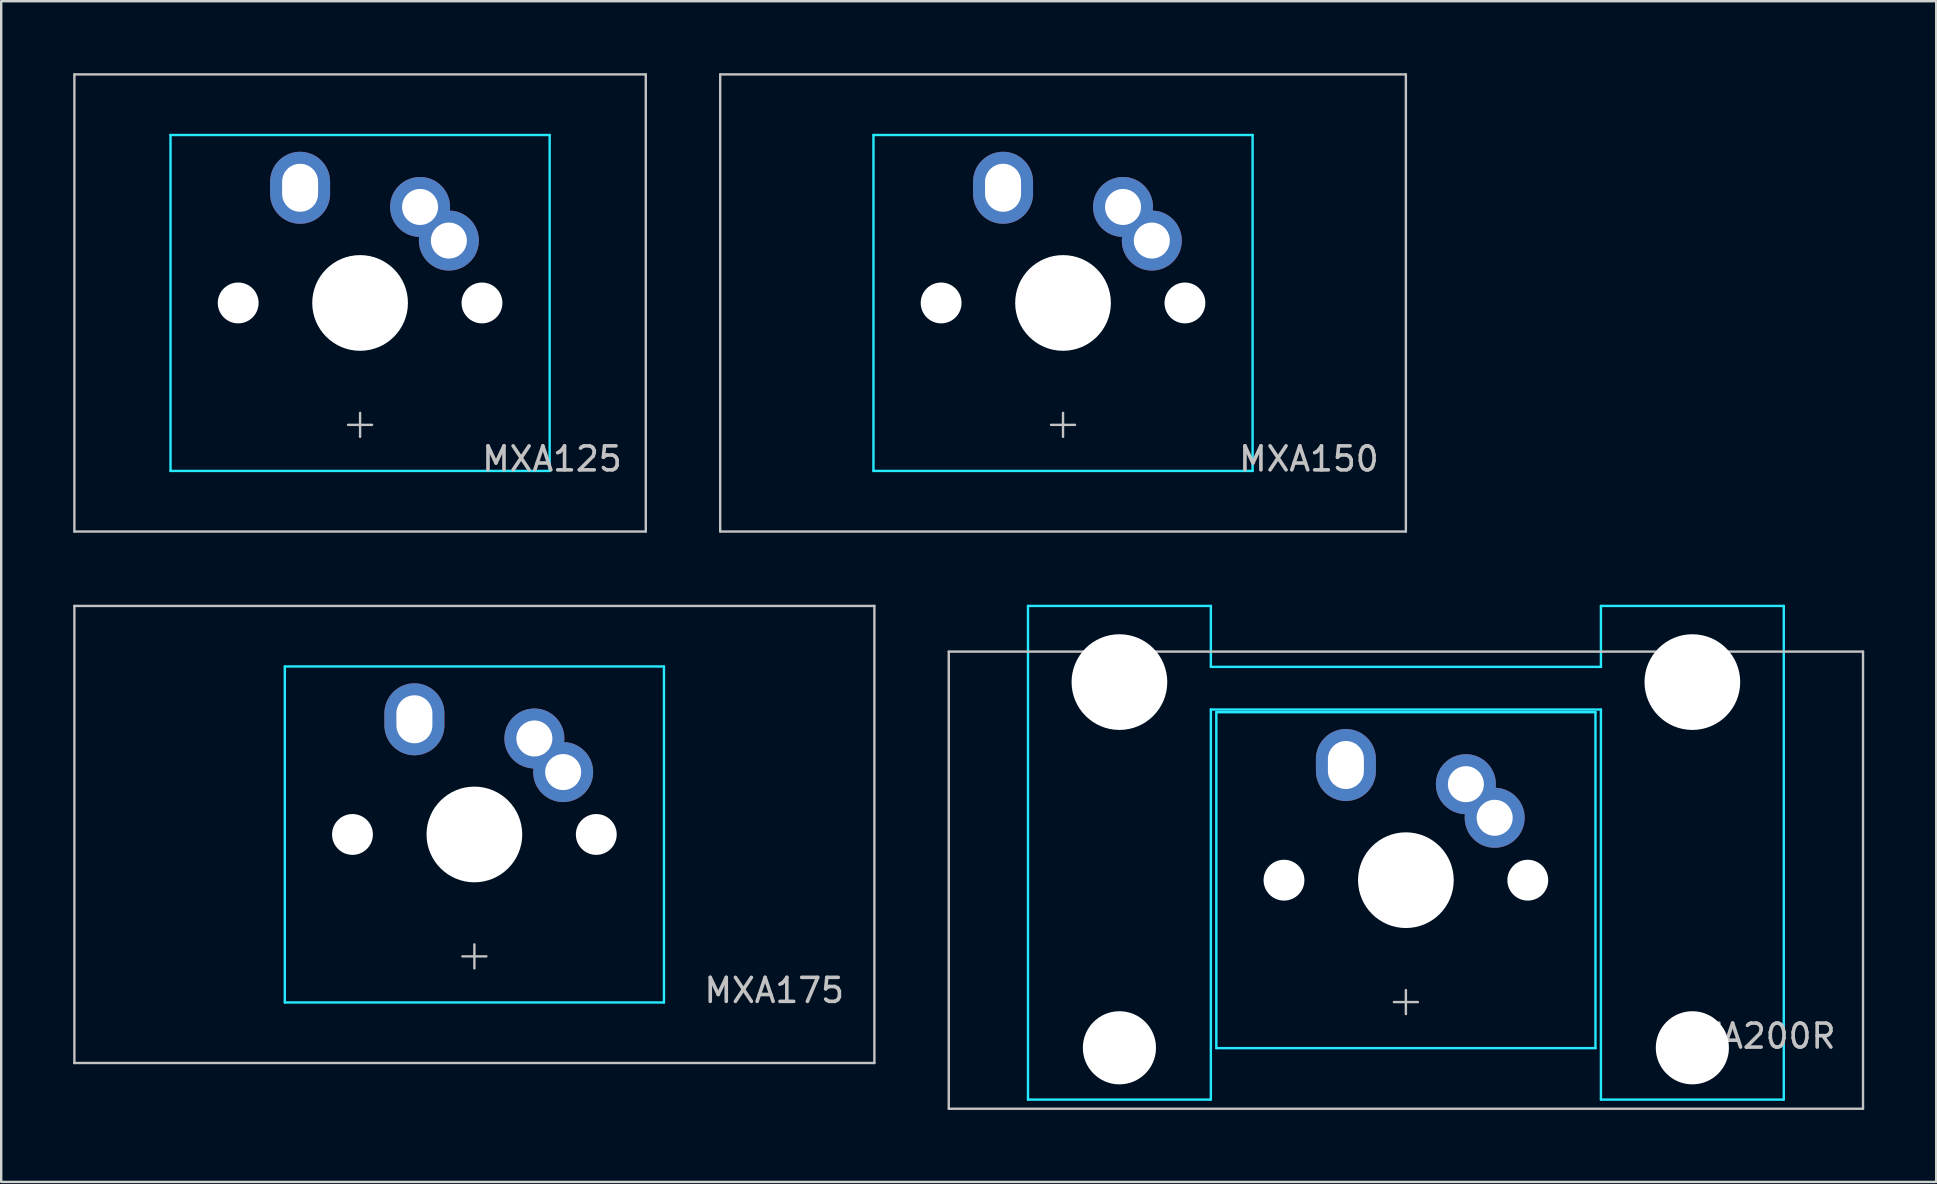
<source format=kicad_pcb>
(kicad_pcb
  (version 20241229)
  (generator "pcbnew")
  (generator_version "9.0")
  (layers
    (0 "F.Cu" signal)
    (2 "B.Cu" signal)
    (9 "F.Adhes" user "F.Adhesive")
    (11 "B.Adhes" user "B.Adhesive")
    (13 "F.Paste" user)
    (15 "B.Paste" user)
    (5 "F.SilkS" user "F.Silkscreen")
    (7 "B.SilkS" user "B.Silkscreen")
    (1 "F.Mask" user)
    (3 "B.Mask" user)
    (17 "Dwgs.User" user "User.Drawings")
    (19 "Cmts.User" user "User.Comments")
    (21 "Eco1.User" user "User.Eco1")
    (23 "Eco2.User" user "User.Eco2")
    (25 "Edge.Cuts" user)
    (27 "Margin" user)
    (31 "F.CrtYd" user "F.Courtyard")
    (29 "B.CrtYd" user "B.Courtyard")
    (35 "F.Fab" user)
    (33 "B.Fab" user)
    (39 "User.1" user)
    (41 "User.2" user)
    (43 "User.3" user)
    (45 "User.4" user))
  (footprint "MXA150"
    (layer "F.Cu")
    (at 41.25 9.575)
    (property "Reference" "MXA150" (at 13.25 6.5 0) (layer "Dwgs.User") (effects (font (size 1 1) (thickness 0.15)) (justify right)))
    (attr through_hole)
    (fp_line (start -14.287 9.525) (end -14.287 -9.525) (stroke (width 0.1) (type solid)) (layer "Dwgs.User"))
    (fp_line (start -0.5 5.08) (end 0.5 5.08) (stroke (width 0.1) (type solid)) (layer "Dwgs.User"))
    (fp_line (start 0 4.58) (end 0 5.58) (stroke (width 0.1) (type solid)) (layer "Dwgs.User"))
    (fp_line (start 14.287 -9.525) (end -14.287 -9.525) (stroke (width 0.1) (type solid)) (layer "Dwgs.User"))
    (fp_line (start 14.287 -9.525) (end 14.287 9.525) (stroke (width 0.1) (type solid)) (layer "Dwgs.User"))
    (fp_line (start 14.287 9.525) (end -14.287 9.525) (stroke (width 0.1) (type solid)) (layer "Dwgs.User"))
    (fp_line (start -7.9 -7) (end 7.9 -7) (stroke (width 0.1) (type solid)) (layer "B.CrtYd"))
    (fp_line (start -7.9 7) (end -7.9 -7) (stroke (width 0.1) (type solid)) (layer "B.CrtYd"))
    (fp_line (start -7.9 7) (end 7.9 7) (stroke (width 0.1) (type solid)) (layer "B.CrtYd"))
    (fp_line (start 7.9 7) (end 7.9 -7) (stroke (width 0.1) (type solid)) (layer "B.CrtYd"))
    (pad "" np_thru_hole circle (at -5.08 0) (size 1.702 1.702) (drill 1.702) (layers "*.Cu" "*.Mask"))
    (pad "" smd oval (at -2.5 -4.8) (size 1.4 1.9) (layers "B.Mask"))
    (pad "" np_thru_hole circle (at 0 0) (size 3.988 3.988) (drill 3.988) (layers "*.Cu" "*.Mask"))
    (pad "" smd circle (at 2.5 -4 45) (size 1.4 1.4) (layers "B.Mask"))
    (pad "" smd circle (at 3.7 -2.6 45) (size 1.4 1.4) (layers "B.Mask"))
    (pad "" np_thru_hole circle (at 5.08 0) (size 1.702 1.702) (drill 1.702) (layers "*.Cu" "*.Mask"))
    (pad "1" thru_hole oval (at -2.5 -4.8) (size 2.5 3) (drill oval 1.5 2) (layers "*.Cu" "F.Mask"))
    (pad "2" thru_hole circle (at 2.5 -4 45) (size 2.5 2.5) (drill 1.5) (layers "*.Cu" "F.Mask"))
    (pad "2" thru_hole circle (at 3.7 -2.6 45) (size 2.5 2.5) (drill 1.5) (layers "*.Cu" "F.Mask")))
  (footprint "MXA125"
    (layer "F.Cu")
    (at 11.956 9.575)
    (property "Reference" "MXA125" (at 11 6.5 0) (layer "Dwgs.User") (effects (font (size 1 1) (thickness 0.15)) (justify right)))
    (attr through_hole)
    (fp_line (start -11.906 -9.525) (end 11.906 -9.525) (stroke (width 0.1) (type solid)) (layer "Dwgs.User"))
    (fp_line (start -11.906 9.525) (end -11.906 -9.525) (stroke (width 0.1) (type solid)) (layer "Dwgs.User"))
    (fp_line (start -0.5 5.08) (end 0.5 5.08) (stroke (width 0.1) (type solid)) (layer "Dwgs.User"))
    (fp_line (start 0 4.58) (end 0 5.58) (stroke (width 0.1) (type solid)) (layer "Dwgs.User"))
    (fp_line (start 11.906 -9.525) (end 11.906 9.525) (stroke (width 0.1) (type solid)) (layer "Dwgs.User"))
    (fp_line (start 11.906 9.525) (end -11.906 9.525) (stroke (width 0.1) (type solid)) (layer "Dwgs.User"))
    (fp_line (start -7.9 -7) (end 7.9 -7) (stroke (width 0.1) (type solid)) (layer "B.CrtYd"))
    (fp_line (start -7.9 7) (end -7.9 -7) (stroke (width 0.1) (type solid)) (layer "B.CrtYd"))
    (fp_line (start -7.9 7) (end 7.9 7) (stroke (width 0.1) (type solid)) (layer "B.CrtYd"))
    (fp_line (start 7.9 7) (end 7.9 -7) (stroke (width 0.1) (type solid)) (layer "B.CrtYd"))
    (pad "" np_thru_hole circle (at -5.08 0) (size 1.702 1.702) (drill 1.702) (layers "*.Cu" "*.Mask"))
    (pad "" smd oval (at -2.5 -4.8) (size 1.4 1.9) (layers "B.Mask"))
    (pad "" np_thru_hole circle (at 0 0) (size 3.988 3.988) (drill 3.988) (layers "*.Cu" "*.Mask"))
    (pad "" smd circle (at 2.5 -4 45) (size 1.4 1.4) (layers "B.Mask"))
    (pad "" smd circle (at 3.7 -2.6 45) (size 1.4 1.4) (layers "B.Mask"))
    (pad "" np_thru_hole circle (at 5.08 0) (size 1.702 1.702) (drill 1.702) (layers "*.Cu" "*.Mask"))
    (pad "1" thru_hole oval (at -2.5 -4.8) (size 2.5 3) (drill oval 1.5 2) (layers "*.Cu" "F.Mask"))
    (pad "2" thru_hole circle (at 2.5 -4 45) (size 2.5 2.5) (drill 1.5) (layers "*.Cu" "F.Mask"))
    (pad "2" thru_hole circle (at 3.7 -2.6 45) (size 2.5 2.5) (drill 1.5) (layers "*.Cu" "F.Mask")))
  (footprint "MXA175"
    (layer "F.Cu")
    (at 16.719 31.725)
    (property "Reference" "MXA175" (at 15.5 6.5 0) (layer "Dwgs.User") (effects (font (size 1 1) (thickness 0.15)) (justify right)))
    (attr through_hole)
    (fp_line (start -16.669 9.525) (end -16.669 -9.525) (stroke (width 0.1) (type solid)) (layer "Dwgs.User"))
    (fp_line (start -0.5 5.08) (end 0.5 5.08) (stroke (width 0.1) (type solid)) (layer "Dwgs.User"))
    (fp_line (start 0 4.58) (end 0 5.58) (stroke (width 0.1) (type solid)) (layer "Dwgs.User"))
    (fp_line (start 16.669 -9.525) (end -16.669 -9.525) (stroke (width 0.1) (type solid)) (layer "Dwgs.User"))
    (fp_line (start 16.669 -9.525) (end 16.669 9.525) (stroke (width 0.1) (type solid)) (layer "Dwgs.User"))
    (fp_line (start 16.669 9.525) (end -16.669 9.525) (stroke (width 0.1) (type solid)) (layer "Dwgs.User"))
    (fp_line (start -7.9 -7) (end 7.9 -7) (stroke (width 0.1) (type solid)) (layer "B.CrtYd"))
    (fp_line (start -7.9 7) (end -7.9 -7) (stroke (width 0.1) (type solid)) (layer "B.CrtYd"))
    (fp_line (start -7.9 7) (end 7.9 7) (stroke (width 0.1) (type solid)) (layer "B.CrtYd"))
    (fp_line (start 7.9 7) (end 7.9 -7) (stroke (width 0.1) (type solid)) (layer "B.CrtYd"))
    (pad "" np_thru_hole circle (at -5.08 0) (size 1.702 1.702) (drill 1.702) (layers "*.Cu" "*.Mask"))
    (pad "" smd oval (at -2.5 -4.8) (size 1.4 1.9) (layers "B.Mask"))
    (pad "" np_thru_hole circle (at 0 0) (size 3.988 3.988) (drill 3.988) (layers "*.Cu" "*.Mask"))
    (pad "" smd circle (at 2.5 -4 45) (size 1.4 1.4) (layers "B.Mask"))
    (pad "" smd circle (at 3.7 -2.6 45) (size 1.4 1.4) (layers "B.Mask"))
    (pad "" np_thru_hole circle (at 5.08 0) (size 1.702 1.702) (drill 1.702) (layers "*.Cu" "*.Mask"))
    (pad "1" thru_hole oval (at -2.5 -4.8) (size 2.5 3) (drill oval 1.5 2) (layers "*.Cu" "F.Mask"))
    (pad "2" thru_hole circle (at 2.5 -4 45) (size 2.5 2.5) (drill 1.5) (layers "*.Cu" "F.Mask"))
    (pad "2" thru_hole circle (at 3.7 -2.6 45) (size 2.5 2.5) (drill 1.5) (layers "*.Cu" "F.Mask")))
  (footprint "MXA200R"
    (layer "F.Cu")
    (at 55.538 33.63)
    (property "Reference" "MXA200R" (at 18 6.5 0) (layer "Dwgs.User") (effects (font (size 1 1) (thickness 0.15)) (justify right)))
    (attr through_hole)
    (fp_line (start -19.05 -9.525) (end -19.05 9.525) (stroke (width 0.1) (type solid)) (layer "Dwgs.User"))
    (fp_line (start -19.05 -9.525) (end 19.05 -9.525) (stroke (width 0.1) (type solid)) (layer "Dwgs.User"))
    (fp_line (start -19.05 9.525) (end 19.05 9.525) (stroke (width 0.1) (type solid)) (layer "Dwgs.User"))
    (fp_line (start -0.5 5.08) (end 0.5 5.08) (stroke (width 0.1) (type solid)) (layer "Dwgs.User"))
    (fp_line (start 0 4.58) (end 0 5.58) (stroke (width 0.1) (type solid)) (layer "Dwgs.User"))
    (fp_line (start 19.05 -9.525) (end 19.05 9.525) (stroke (width 0.1) (type solid)) (layer "Dwgs.User"))
    (fp_line (start -15.748 -11.43) (end -8.128 -11.43) (stroke (width 0.1) (type solid)) (layer "B.CrtYd"))
    (fp_line (start -15.748 9.144) (end -15.748 -11.43) (stroke (width 0.1) (type solid)) (layer "B.CrtYd"))
    (fp_line (start -8.128 -11.43) (end -8.128 -8.89) (stroke (width 0.1) (type solid)) (layer "B.CrtYd"))
    (fp_line (start -8.128 9.144) (end -15.748 9.144) (stroke (width 0.1) (type solid)) (layer "B.CrtYd"))
    (fp_line (start -8.128 9.144) (end -8.128 -7.112) (stroke (width 0.1) (type solid)) (layer "B.CrtYd"))
    (fp_line (start -7.9 -7) (end 7.9 -7) (stroke (width 0.1) (type solid)) (layer "B.CrtYd"))
    (fp_line (start -7.9 7) (end -7.9 -7) (stroke (width 0.1) (type solid)) (layer "B.CrtYd"))
    (fp_line (start -7.9 7) (end 7.9 7) (stroke (width 0.1) (type solid)) (layer "B.CrtYd"))
    (fp_line (start 7.9 7) (end 7.9 -7) (stroke (width 0.1) (type solid)) (layer "B.CrtYd"))
    (fp_line (start 8.128 -11.43) (end 8.128 -8.89) (stroke (width 0.1) (type solid)) (layer "B.CrtYd"))
    (fp_line (start 8.128 -11.43) (end 15.748 -11.43) (stroke (width 0.1) (type solid)) (layer "B.CrtYd"))
    (fp_line (start 8.128 -8.89) (end -8.128 -8.89) (stroke (width 0.1) (type solid)) (layer "B.CrtYd"))
    (fp_line (start 8.128 -7.112) (end -8.128 -7.112) (stroke (width 0.1) (type solid)) (layer "B.CrtYd"))
    (fp_line (start 8.128 9.144) (end 8.128 -7.112) (stroke (width 0.1) (type solid)) (layer "B.CrtYd"))
    (fp_line (start 15.748 -11.43) (end 15.748 9.144) (stroke (width 0.1) (type solid)) (layer "B.CrtYd"))
    (fp_line (start 15.748 9.144) (end 8.128 9.144) (stroke (width 0.1) (type solid)) (layer "B.CrtYd"))
    (pad "" np_thru_hole circle (at -11.938 -8.255) (size 3.988 3.988) (drill 3.988) (layers "*.Cu" "*.Mask"))
    (pad "" np_thru_hole circle (at -11.938 6.985) (size 3.048 3.048) (drill 3.048) (layers "*.Cu" "*.Mask"))
    (pad "" np_thru_hole circle (at -5.08 0) (size 1.702 1.702) (drill 1.702) (layers "*.Cu" "*.Mask"))
    (pad "" smd oval (at -2.5 -4.8) (size 1.4 1.9) (layers "B.Mask"))
    (pad "" np_thru_hole circle (at 0 0) (size 3.988 3.988) (drill 3.988) (layers "*.Cu" "*.Mask"))
    (pad "" smd circle (at 2.5 -4 45) (size 1.4 1.4) (layers "B.Mask"))
    (pad "" smd circle (at 3.7 -2.6 45) (size 1.4 1.4) (layers "B.Mask"))
    (pad "" np_thru_hole circle (at 5.08 0) (size 1.702 1.702) (drill 1.702) (layers "*.Cu" "*.Mask"))
    (pad "" np_thru_hole circle (at 11.938 -8.255) (size 3.988 3.988) (drill 3.988) (layers "*.Cu" "*.Mask"))
    (pad "" np_thru_hole circle (at 11.938 6.985) (size 3.048 3.048) (drill 3.048) (layers "*.Cu" "*.Mask"))
    (pad "1" thru_hole oval (at -2.5 -4.8) (size 2.5 3) (drill oval 1.5 2) (layers "*.Cu" "F.Mask"))
    (pad "2" thru_hole circle (at 2.5 -4 45) (size 2.5 2.5) (drill 1.5) (layers "*.Cu" "F.Mask"))
    (pad "2" thru_hole circle (at 3.7 -2.6 45) (size 2.5 2.5) (drill 1.5) (layers "*.Cu" "F.Mask")))
  (gr_rect
    (start -3 -3)
    (end 77.638 46.205)
    (stroke (width 0.1) (type default))
    (fill no)
    (layer "Edge.Cuts")))
</source>
